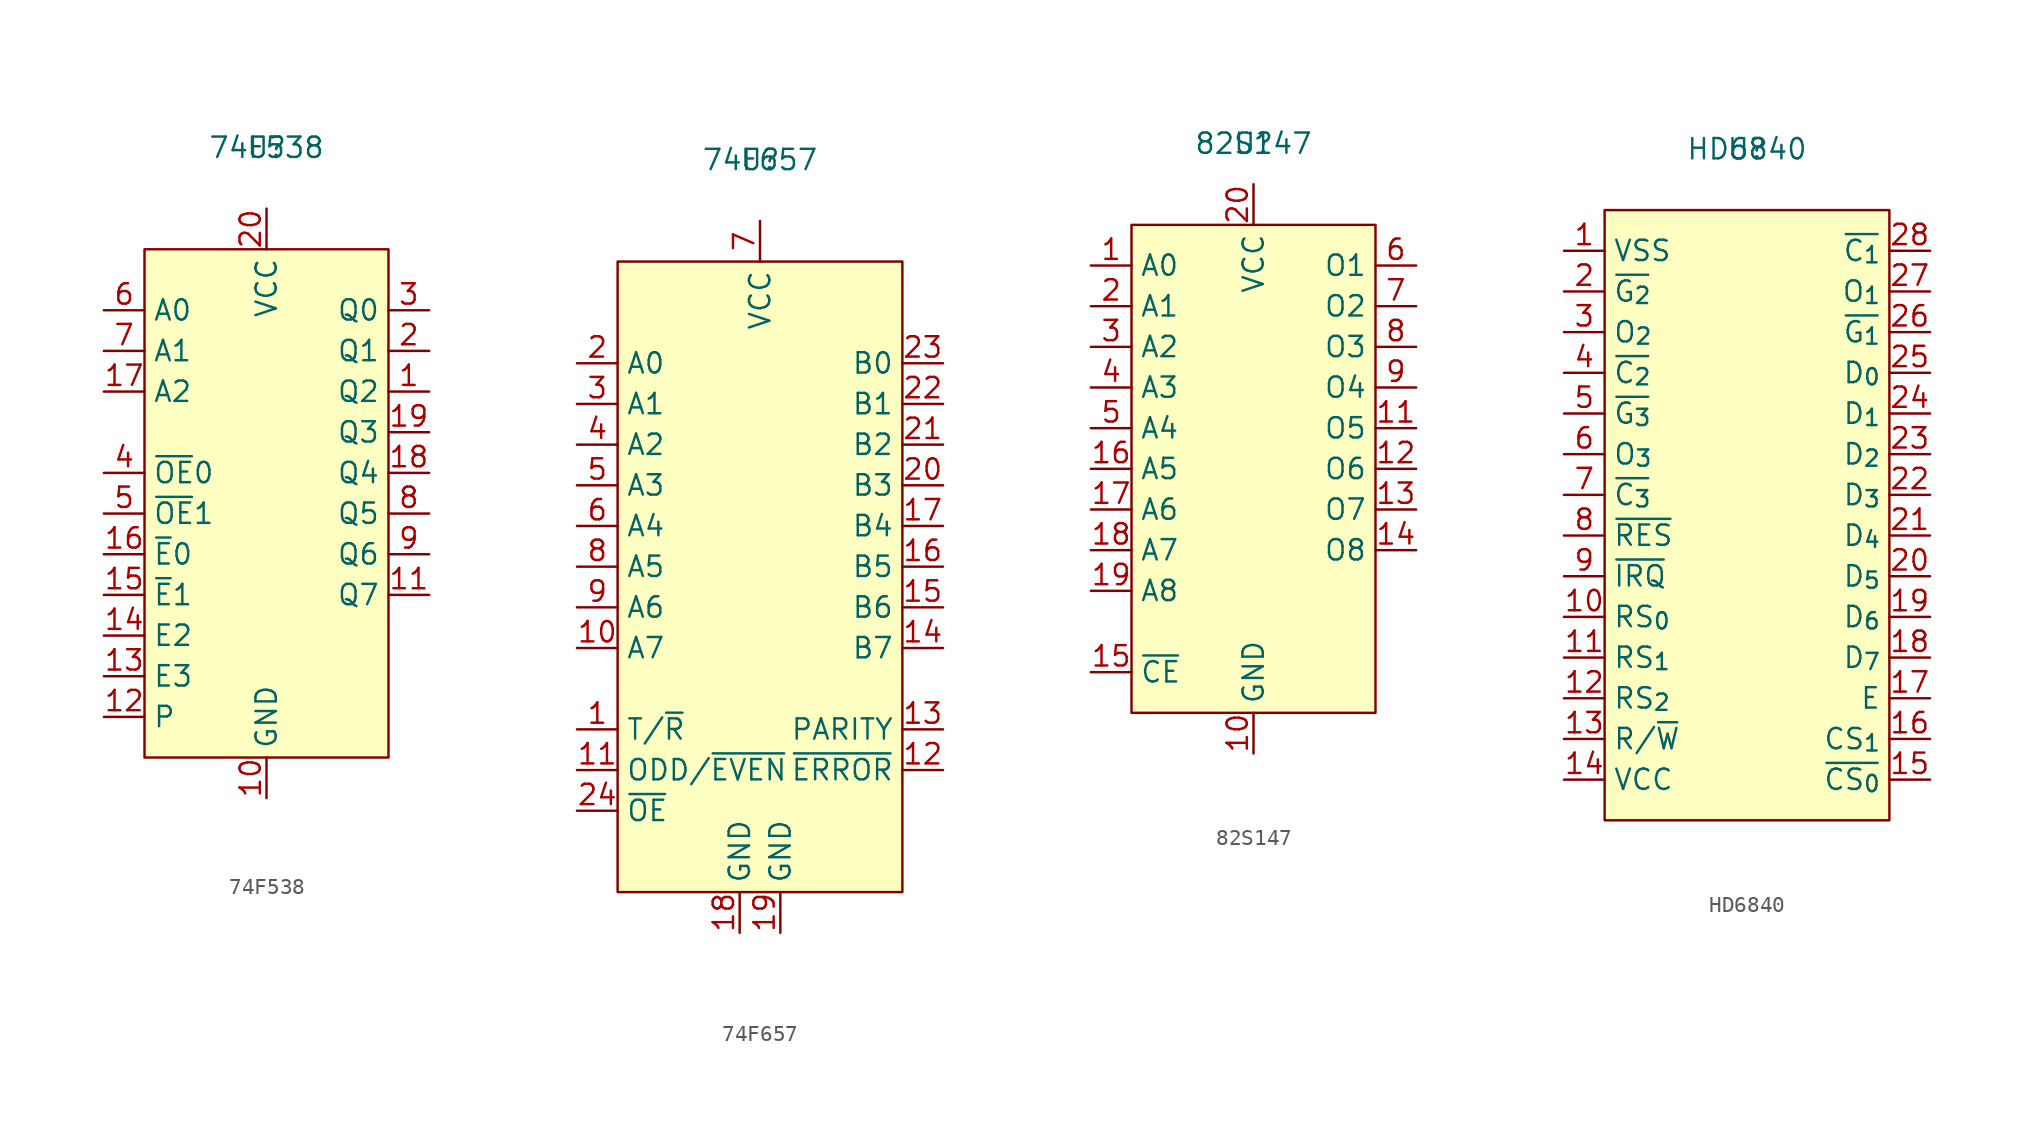
<source format=kicad_sym>
(kicad_symbol_lib
  (version 20220914)
  (generator kicad_symbol_editor)
  (symbol "74F538"
    (property "Reference" "U"
      (at 0 0 0)
      (effects (font (size 1.27 1.27))))
    (property "Value" "74F538"
      (at 0 0 0)
      (effects (font (size 1.27 1.27))))
    (symbol "74F538_1_1"
      (rectangle (start -7.62 -6.35) (end 7.62 -38.1) (stroke (width 0) (type default)) (fill (type background)))
      (pin tri_state line (at 10.16 -15.24 180) (length 2.54) (name "Q2" (effects (font (size 1.27 1.27)))) (number "1" (effects (font (size 1.27 1.27)))))
      (pin power_in line (at 0 -40.64 90) (length 2.54) (name "GND" (effects (font (size 1.27 1.27)))) (number "10" (effects (font (size 1.27 1.27)))))
      (pin tri_state line (at 10.16 -27.94 180) (length 2.54) (name "Q7" (effects (font (size 1.27 1.27)))) (number "11" (effects (font (size 1.27 1.27)))))
      (pin input line (at -10.16 -35.56 0) (length 2.54) (name "P" (effects (font (size 1.27 1.27)))) (number "12" (effects (font (size 1.27 1.27)))))
      (pin input line (at -10.16 -33.02 0) (length 2.54) (name "E3" (effects (font (size 1.27 1.27)))) (number "13" (effects (font (size 1.27 1.27)))))
      (pin input line (at -10.16 -30.48 0) (length 2.54) (name "E2" (effects (font (size 1.27 1.27)))) (number "14" (effects (font (size 1.27 1.27)))))
      (pin input line (at -10.16 -27.94 0) (length 2.54) (name "~{E}1" (effects (font (size 1.27 1.27)))) (number "15" (effects (font (size 1.27 1.27)))))
      (pin input line (at -10.16 -25.4 0) (length 2.54) (name "~{E}0" (effects (font (size 1.27 1.27)))) (number "16" (effects (font (size 1.27 1.27)))))
      (pin input line (at -10.16 -15.24 0) (length 2.54) (name "A2" (effects (font (size 1.27 1.27)))) (number "17" (effects (font (size 1.27 1.27)))))
      (pin tri_state line (at 10.16 -20.32 180) (length 2.54) (name "Q4" (effects (font (size 1.27 1.27)))) (number "18" (effects (font (size 1.27 1.27)))))
      (pin tri_state line (at 10.16 -17.78 180) (length 2.54) (name "Q3" (effects (font (size 1.27 1.27)))) (number "19" (effects (font (size 1.27 1.27)))))
      (pin tri_state line (at 10.16 -12.7 180) (length 2.54) (name "Q1" (effects (font (size 1.27 1.27)))) (number "2" (effects (font (size 1.27 1.27)))))
      (pin power_in line (at 0 -3.81 270) (length 2.54) (name "VCC" (effects (font (size 1.27 1.27)))) (number "20" (effects (font (size 1.27 1.27)))))
      (pin tri_state line (at 10.16 -10.16 180) (length 2.54) (name "Q0" (effects (font (size 1.27 1.27)))) (number "3" (effects (font (size 1.27 1.27)))))
      (pin input line (at -10.16 -20.32 0) (length 2.54) (name "~{OE}0" (effects (font (size 1.27 1.27)))) (number "4" (effects (font (size 1.27 1.27)))))
      (pin input line (at -10.16 -22.86 0) (length 2.54) (name "~{OE}1" (effects (font (size 1.27 1.27)))) (number "5" (effects (font (size 1.27 1.27)))))
      (pin input line (at -10.16 -10.16 0) (length 2.54) (name "A0" (effects (font (size 1.27 1.27)))) (number "6" (effects (font (size 1.27 1.27)))))
      (pin input line (at -10.16 -12.7 0) (length 2.54) (name "A1" (effects (font (size 1.27 1.27)))) (number "7" (effects (font (size 1.27 1.27)))))
      (pin tri_state line (at 10.16 -22.86 180) (length 2.54) (name "Q5" (effects (font (size 1.27 1.27)))) (number "8" (effects (font (size 1.27 1.27)))))
      (pin tri_state line (at 10.16 -25.4 180) (length 2.54) (name "Q6" (effects (font (size 1.27 1.27)))) (number "9" (effects (font (size 1.27 1.27)))))))
  (symbol "74F657"
    (property "Reference" "U"
      (at 0 0 0)
      (effects (font (size 1.27 1.27))))
    (property "Value" "74F657"
      (at 0 0 0)
      (effects (font (size 1.27 1.27))))
    (symbol "74F657_1_1"
      (rectangle (start -8.89 -6.35) (end 8.89 -45.72) (stroke (width 0) (type default)) (fill (type background)))
      (pin input line (at -11.43 -35.56 0) (length 2.54) (name "T/~{R}" (effects (font (size 1.27 1.27)))) (number "1" (effects (font (size 1.27 1.27)))))
      (pin bidirectional line (at -11.43 -30.48 0) (length 2.54) (name "A7" (effects (font (size 1.27 1.27)))) (number "10" (effects (font (size 1.27 1.27)))))
      (pin input line (at -11.43 -38.1 0) (length 2.54) (name "ODD/~{EVEN}" (effects (font (size 1.27 1.27)))) (number "11" (effects (font (size 1.27 1.27)))))
      (pin output line (at 11.43 -38.1 180) (length 2.54) (name "~{ERROR}" (effects (font (size 1.27 1.27)))) (number "12" (effects (font (size 1.27 1.27)))))
      (pin output line (at 11.43 -35.56 180) (length 2.54) (name "PARITY" (effects (font (size 1.27 1.27)))) (number "13" (effects (font (size 1.27 1.27)))))
      (pin bidirectional line (at 11.43 -30.48 180) (length 2.54) (name "B7" (effects (font (size 1.27 1.27)))) (number "14" (effects (font (size 1.27 1.27)))))
      (pin bidirectional line (at 11.43 -27.94 180) (length 2.54) (name "B6" (effects (font (size 1.27 1.27)))) (number "15" (effects (font (size 1.27 1.27)))))
      (pin bidirectional line (at 11.43 -25.4 180) (length 2.54) (name "B5" (effects (font (size 1.27 1.27)))) (number "16" (effects (font (size 1.27 1.27)))))
      (pin bidirectional line (at 11.43 -22.86 180) (length 2.54) (name "B4" (effects (font (size 1.27 1.27)))) (number "17" (effects (font (size 1.27 1.27)))))
      (pin power_in line (at -1.27 -48.26 90) (length 2.54) (name "GND" (effects (font (size 1.27 1.27)))) (number "18" (effects (font (size 1.27 1.27)))))
      (pin power_in line (at 1.27 -48.26 90) (length 2.54) (name "GND" (effects (font (size 1.27 1.27)))) (number "19" (effects (font (size 1.27 1.27)))))
      (pin bidirectional line (at -11.43 -12.7 0) (length 2.54) (name "A0" (effects (font (size 1.27 1.27)))) (number "2" (effects (font (size 1.27 1.27)))))
      (pin bidirectional line (at 11.43 -20.32 180) (length 2.54) (name "B3" (effects (font (size 1.27 1.27)))) (number "20" (effects (font (size 1.27 1.27)))))
      (pin bidirectional line (at 11.43 -17.78 180) (length 2.54) (name "B2" (effects (font (size 1.27 1.27)))) (number "21" (effects (font (size 1.27 1.27)))))
      (pin bidirectional line (at 11.43 -15.24 180) (length 2.54) (name "B1" (effects (font (size 1.27 1.27)))) (number "22" (effects (font (size 1.27 1.27)))))
      (pin bidirectional line (at 11.43 -12.7 180) (length 2.54) (name "B0" (effects (font (size 1.27 1.27)))) (number "23" (effects (font (size 1.27 1.27)))))
      (pin input line (at -11.43 -40.64 0) (length 2.54) (name "~{OE}" (effects (font (size 1.27 1.27)))) (number "24" (effects (font (size 1.27 1.27)))))
      (pin bidirectional line (at -11.43 -15.24 0) (length 2.54) (name "A1" (effects (font (size 1.27 1.27)))) (number "3" (effects (font (size 1.27 1.27)))))
      (pin bidirectional line (at -11.43 -17.78 0) (length 2.54) (name "A2" (effects (font (size 1.27 1.27)))) (number "4" (effects (font (size 1.27 1.27)))))
      (pin bidirectional line (at -11.43 -20.32 0) (length 2.54) (name "A3" (effects (font (size 1.27 1.27)))) (number "5" (effects (font (size 1.27 1.27)))))
      (pin bidirectional line (at -11.43 -22.86 0) (length 2.54) (name "A4" (effects (font (size 1.27 1.27)))) (number "6" (effects (font (size 1.27 1.27)))))
      (pin power_in line (at 0 -3.81 270) (length 2.54) (name "VCC" (effects (font (size 1.27 1.27)))) (number "7" (effects (font (size 1.27 1.27)))))
      (pin bidirectional line (at -11.43 -25.4 0) (length 2.54) (name "A5" (effects (font (size 1.27 1.27)))) (number "8" (effects (font (size 1.27 1.27)))))
      (pin bidirectional line (at -11.43 -27.94 0) (length 2.54) (name "A6" (effects (font (size 1.27 1.27)))) (number "9" (effects (font (size 1.27 1.27)))))))
  (symbol "82S147"
    (property "Reference" "U"
      (at 0 0 0)
      (effects (font (size 1.27 1.27))))
    (property "Value" "82S147"
      (at 0 0 0)
      (effects (font (size 1.27 1.27))))
    (symbol "82S147_1_1"
      (rectangle (start -7.62 -5.08) (end 7.62 -35.56) (stroke (width 0) (type default)) (fill (type background)))
      (pin input line (at -10.16 -7.62 0) (length 2.54) (name "A0" (effects (font (size 1.27 1.27)))) (number "1" (effects (font (size 1.27 1.27)))))
      (pin power_in line (at 0 -38.1 90) (length 2.54) (name "GND" (effects (font (size 1.27 1.27)))) (number "10" (effects (font (size 1.27 1.27)))))
      (pin tri_state line (at 10.16 -17.78 180) (length 2.54) (name "O5" (effects (font (size 1.27 1.27)))) (number "11" (effects (font (size 1.27 1.27)))))
      (pin tri_state line (at 10.16 -20.32 180) (length 2.54) (name "O6" (effects (font (size 1.27 1.27)))) (number "12" (effects (font (size 1.27 1.27)))))
      (pin tri_state line (at 10.16 -22.86 180) (length 2.54) (name "O7" (effects (font (size 1.27 1.27)))) (number "13" (effects (font (size 1.27 1.27)))))
      (pin tri_state line (at 10.16 -25.4 180) (length 2.54) (name "O8" (effects (font (size 1.27 1.27)))) (number "14" (effects (font (size 1.27 1.27)))))
      (pin input line (at -10.16 -33.02 0) (length 2.54) (name "~{CE}" (effects (font (size 1.27 1.27)))) (number "15" (effects (font (size 1.27 1.27)))))
      (pin input line (at -10.16 -20.32 0) (length 2.54) (name "A5" (effects (font (size 1.27 1.27)))) (number "16" (effects (font (size 1.27 1.27)))))
      (pin input line (at -10.16 -22.86 0) (length 2.54) (name "A6" (effects (font (size 1.27 1.27)))) (number "17" (effects (font (size 1.27 1.27)))))
      (pin input line (at -10.16 -25.4 0) (length 2.54) (name "A7" (effects (font (size 1.27 1.27)))) (number "18" (effects (font (size 1.27 1.27)))))
      (pin input line (at -10.16 -27.94 0) (length 2.54) (name "A8" (effects (font (size 1.27 1.27)))) (number "19" (effects (font (size 1.27 1.27)))))
      (pin input line (at -10.16 -10.16 0) (length 2.54) (name "A1" (effects (font (size 1.27 1.27)))) (number "2" (effects (font (size 1.27 1.27)))))
      (pin power_in line (at 0 -2.54 270) (length 2.54) (name "VCC" (effects (font (size 1.27 1.27)))) (number "20" (effects (font (size 1.27 1.27)))))
      (pin input line (at -10.16 -12.7 0) (length 2.54) (name "A2" (effects (font (size 1.27 1.27)))) (number "3" (effects (font (size 1.27 1.27)))))
      (pin input line (at -10.16 -15.24 0) (length 2.54) (name "A3" (effects (font (size 1.27 1.27)))) (number "4" (effects (font (size 1.27 1.27)))))
      (pin input line (at -10.16 -17.78 0) (length 2.54) (name "A4" (effects (font (size 1.27 1.27)))) (number "5" (effects (font (size 1.27 1.27)))))
      (pin tri_state line (at 10.16 -7.62 180) (length 2.54) (name "O1" (effects (font (size 1.27 1.27)))) (number "6" (effects (font (size 1.27 1.27)))))
      (pin tri_state line (at 10.16 -10.16 180) (length 2.54) (name "O2" (effects (font (size 1.27 1.27)))) (number "7" (effects (font (size 1.27 1.27)))))
      (pin tri_state line (at 10.16 -12.7 180) (length 2.54) (name "O3" (effects (font (size 1.27 1.27)))) (number "8" (effects (font (size 1.27 1.27)))))
      (pin tri_state line (at 10.16 -15.24 180) (length 2.54) (name "O4" (effects (font (size 1.27 1.27)))) (number "9" (effects (font (size 1.27 1.27)))))))
  (symbol "HD6840"
    (property "Reference" "U"
      (at 0 0 0)
      (effects (font (size 1.27 1.27))))
    (property "Value" "HD6840"
      (at 0 0 0)
      (effects (font (size 1.27 1.27))))
    (symbol "HD6840_1_1"
      (rectangle (start -8.89 -3.81) (end 8.89 -41.91) (stroke (width 0) (type default)) (fill (type background)))
      (pin power_in line (at -11.43 -6.35 0) (length 2.54) (name "VSS" (effects (font (size 1.27 1.27)))) (number "1" (effects (font (size 1.27 1.27)))))
      (pin input line (at -11.43 -29.21 0) (length 2.54) (name "RS_{0}" (effects (font (size 1.27 1.27)))) (number "10" (effects (font (size 1.27 1.27)))))
      (pin input line (at -11.43 -31.75 0) (length 2.54) (name "RS_{1}" (effects (font (size 1.27 1.27)))) (number "11" (effects (font (size 1.27 1.27)))))
      (pin input line (at -11.43 -34.29 0) (length 2.54) (name "RS_{2}" (effects (font (size 1.27 1.27)))) (number "12" (effects (font (size 1.27 1.27)))))
      (pin input line (at -11.43 -36.83 0) (length 2.54) (name "R/~{W}" (effects (font (size 1.27 1.27)))) (number "13" (effects (font (size 1.27 1.27)))))
      (pin power_in line (at -11.43 -39.37 0) (length 2.54) (name "VCC" (effects (font (size 1.27 1.27)))) (number "14" (effects (font (size 1.27 1.27)))))
      (pin input line (at 11.43 -39.37 180) (length 2.54) (name "~{CS_{0}}" (effects (font (size 1.27 1.27)))) (number "15" (effects (font (size 1.27 1.27)))))
      (pin input line (at 11.43 -36.83 180) (length 2.54) (name "CS_{1}" (effects (font (size 1.27 1.27)))) (number "16" (effects (font (size 1.27 1.27)))))
      (pin input line (at 11.43 -34.29 180) (length 2.54) (name "E" (effects (font (size 1.27 1.27)))) (number "17" (effects (font (size 1.27 1.27)))))
      (pin bidirectional line (at 11.43 -31.75 180) (length 2.54) (name "D_{7}" (effects (font (size 1.27 1.27)))) (number "18" (effects (font (size 1.27 1.27)))))
      (pin bidirectional line (at 11.43 -29.21 180) (length 2.54) (name "D_{6}" (effects (font (size 1.27 1.27)))) (number "19" (effects (font (size 1.27 1.27)))))
      (pin input line (at -11.43 -8.89 0) (length 2.54) (name "~{G_{2}}" (effects (font (size 1.27 1.27)))) (number "2" (effects (font (size 1.27 1.27)))))
      (pin bidirectional line (at 11.43 -26.67 180) (length 2.54) (name "D_{5}" (effects (font (size 1.27 1.27)))) (number "20" (effects (font (size 1.27 1.27)))))
      (pin bidirectional line (at 11.43 -24.13 180) (length 2.54) (name "D_{4}" (effects (font (size 1.27 1.27)))) (number "21" (effects (font (size 1.27 1.27)))))
      (pin bidirectional line (at 11.43 -21.59 180) (length 2.54) (name "D_{3}" (effects (font (size 1.27 1.27)))) (number "22" (effects (font (size 1.27 1.27)))))
      (pin bidirectional line (at 11.43 -19.05 180) (length 2.54) (name "D_{2}" (effects (font (size 1.27 1.27)))) (number "23" (effects (font (size 1.27 1.27)))))
      (pin bidirectional line (at 11.43 -16.51 180) (length 2.54) (name "D_{1}" (effects (font (size 1.27 1.27)))) (number "24" (effects (font (size 1.27 1.27)))))
      (pin bidirectional line (at 11.43 -13.97 180) (length 2.54) (name "D_{0}" (effects (font (size 1.27 1.27)))) (number "25" (effects (font (size 1.27 1.27)))))
      (pin input line (at 11.43 -11.43 180) (length 2.54) (name "~{G_{1}}" (effects (font (size 1.27 1.27)))) (number "26" (effects (font (size 1.27 1.27)))))
      (pin output line (at 11.43 -8.89 180) (length 2.54) (name "O_{1}" (effects (font (size 1.27 1.27)))) (number "27" (effects (font (size 1.27 1.27)))))
      (pin input line (at 11.43 -6.35 180) (length 2.54) (name "~{C_{1}}" (effects (font (size 1.27 1.27)))) (number "28" (effects (font (size 1.27 1.27)))))
      (pin output line (at -11.43 -11.43 0) (length 2.54) (name "O_{2}" (effects (font (size 1.27 1.27)))) (number "3" (effects (font (size 1.27 1.27)))))
      (pin input line (at -11.43 -13.97 0) (length 2.54) (name "~{C_{2}}" (effects (font (size 1.27 1.27)))) (number "4" (effects (font (size 1.27 1.27)))))
      (pin input line (at -11.43 -16.51 0) (length 2.54) (name "~{G_{3}}" (effects (font (size 1.27 1.27)))) (number "5" (effects (font (size 1.27 1.27)))))
      (pin output line (at -11.43 -19.05 0) (length 2.54) (name "O_{3}" (effects (font (size 1.27 1.27)))) (number "6" (effects (font (size 1.27 1.27)))))
      (pin input line (at -11.43 -21.59 0) (length 2.54) (name "~{C_{3}}" (effects (font (size 1.27 1.27)))) (number "7" (effects (font (size 1.27 1.27)))))
      (pin input line (at -11.43 -24.13 0) (length 2.54) (name "~{RES}" (effects (font (size 1.27 1.27)))) (number "8" (effects (font (size 1.27 1.27)))))
      (pin open_collector line (at -11.43 -26.67 0) (length 2.54) (name "~{IRQ}" (effects (font (size 1.27 1.27)))) (number "9" (effects (font (size 1.27 1.27))))))))
</source>
